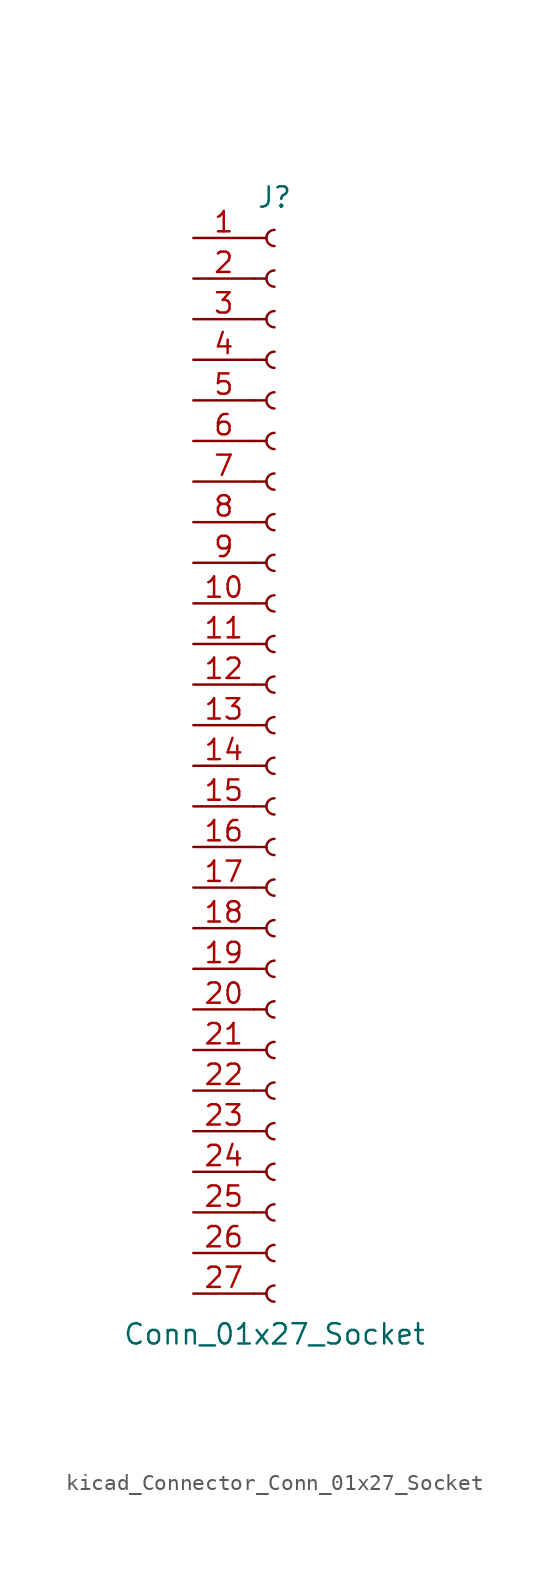
<source format=kicad_sym>
(kicad_symbol_lib
  (version 20220914)
  (generator kicad_symbol_editor)
  (symbol "kicad_Connector_Conn_01x27_Socket"
    (pin_names
      (offset 1.016) hide)
    (property "Reference" "J"
      (at 0 35.56 0)
      (effects (font (size 1.27 1.27))))
    (property "Value" "Conn_01x27_Socket"
      (at 0 -35.56 0)
      (effects (font (size 1.27 1.27))))
    (property "ki_locked" ""
      (at 0 0 0)
      (effects (font (size 1.27 1.27))))
    (symbol "kicad_Connector_Conn_01x27_Socket_1_1"
      (arc (start 0 -32.512) (mid -0.5058 -33.02) (end 0 -33.528) (stroke (width 0.1524) (type default)) (fill (type none)))
      (arc (start 0 -29.972) (mid -0.5058 -30.48) (end 0 -30.988) (stroke (width 0.1524) (type default)) (fill (type none)))
      (arc (start 0 -27.432) (mid -0.5058 -27.94) (end 0 -28.448) (stroke (width 0.1524) (type default)) (fill (type none)))
      (arc (start 0 -24.892) (mid -0.5058 -25.4) (end 0 -25.908) (stroke (width 0.1524) (type default)) (fill (type none)))
      (arc (start 0 -22.352) (mid -0.5058 -22.86) (end 0 -23.368) (stroke (width 0.1524) (type default)) (fill (type none)))
      (arc (start 0 -19.812) (mid -0.5058 -20.32) (end 0 -20.828) (stroke (width 0.1524) (type default)) (fill (type none)))
      (arc (start 0 -17.272) (mid -0.5058 -17.78) (end 0 -18.288) (stroke (width 0.1524) (type default)) (fill (type none)))
      (arc (start 0 -14.732) (mid -0.5058 -15.24) (end 0 -15.748) (stroke (width 0.1524) (type default)) (fill (type none)))
      (arc (start 0 -12.192) (mid -0.5058 -12.7) (end 0 -13.208) (stroke (width 0.1524) (type default)) (fill (type none)))
      (arc (start 0 -9.652) (mid -0.5058 -10.16) (end 0 -10.668) (stroke (width 0.1524) (type default)) (fill (type none)))
      (arc (start 0 -7.112) (mid -0.5058 -7.62) (end 0 -8.128) (stroke (width 0.1524) (type default)) (fill (type none)))
      (arc (start 0 -4.572) (mid -0.5058 -5.08) (end 0 -5.588) (stroke (width 0.1524) (type default)) (fill (type none)))
      (arc (start 0 -2.032) (mid -0.5058 -2.54) (end 0 -3.048) (stroke (width 0.1524) (type default)) (fill (type none)))
      (polyline (pts (xy -1.27 -33.02) (xy -0.508 -33.02)) (stroke (width 0.152) (type default)) (fill (type none)))
      (polyline (pts (xy -1.27 -30.48) (xy -0.508 -30.48)) (stroke (width 0.152) (type default)) (fill (type none)))
      (polyline (pts (xy -1.27 -27.94) (xy -0.508 -27.94)) (stroke (width 0.152) (type default)) (fill (type none)))
      (polyline (pts (xy -1.27 -25.4) (xy -0.508 -25.4)) (stroke (width 0.152) (type default)) (fill (type none)))
      (polyline (pts (xy -1.27 -22.86) (xy -0.508 -22.86)) (stroke (width 0.152) (type default)) (fill (type none)))
      (polyline (pts (xy -1.27 -20.32) (xy -0.508 -20.32)) (stroke (width 0.152) (type default)) (fill (type none)))
      (polyline (pts (xy -1.27 -17.78) (xy -0.508 -17.78)) (stroke (width 0.152) (type default)) (fill (type none)))
      (polyline (pts (xy -1.27 -15.24) (xy -0.508 -15.24)) (stroke (width 0.152) (type default)) (fill (type none)))
      (polyline (pts (xy -1.27 -12.7) (xy -0.508 -12.7)) (stroke (width 0.152) (type default)) (fill (type none)))
      (polyline (pts (xy -1.27 -10.16) (xy -0.508 -10.16)) (stroke (width 0.152) (type default)) (fill (type none)))
      (polyline (pts (xy -1.27 -7.62) (xy -0.508 -7.62)) (stroke (width 0.152) (type default)) (fill (type none)))
      (polyline (pts (xy -1.27 -5.08) (xy -0.508 -5.08)) (stroke (width 0.152) (type default)) (fill (type none)))
      (polyline (pts (xy -1.27 -2.54) (xy -0.508 -2.54)) (stroke (width 0.152) (type default)) (fill (type none)))
      (polyline (pts (xy -1.27 0) (xy -0.508 0)) (stroke (width 0.152) (type default)) (fill (type none)))
      (polyline (pts (xy -1.27 2.54) (xy -0.508 2.54)) (stroke (width 0.152) (type default)) (fill (type none)))
      (polyline (pts (xy -1.27 5.08) (xy -0.508 5.08)) (stroke (width 0.152) (type default)) (fill (type none)))
      (polyline (pts (xy -1.27 7.62) (xy -0.508 7.62)) (stroke (width 0.152) (type default)) (fill (type none)))
      (polyline (pts (xy -1.27 10.16) (xy -0.508 10.16)) (stroke (width 0.152) (type default)) (fill (type none)))
      (polyline (pts (xy -1.27 12.7) (xy -0.508 12.7)) (stroke (width 0.152) (type default)) (fill (type none)))
      (polyline (pts (xy -1.27 15.24) (xy -0.508 15.24)) (stroke (width 0.152) (type default)) (fill (type none)))
      (polyline (pts (xy -1.27 17.78) (xy -0.508 17.78)) (stroke (width 0.152) (type default)) (fill (type none)))
      (polyline (pts (xy -1.27 20.32) (xy -0.508 20.32)) (stroke (width 0.152) (type default)) (fill (type none)))
      (polyline (pts (xy -1.27 22.86) (xy -0.508 22.86)) (stroke (width 0.152) (type default)) (fill (type none)))
      (polyline (pts (xy -1.27 25.4) (xy -0.508 25.4)) (stroke (width 0.152) (type default)) (fill (type none)))
      (polyline (pts (xy -1.27 27.94) (xy -0.508 27.94)) (stroke (width 0.152) (type default)) (fill (type none)))
      (polyline (pts (xy -1.27 30.48) (xy -0.508 30.48)) (stroke (width 0.152) (type default)) (fill (type none)))
      (polyline (pts (xy -1.27 33.02) (xy -0.508 33.02)) (stroke (width 0.152) (type default)) (fill (type none)))
      (arc (start 0 0.508) (mid -0.5058 0) (end 0 -0.508) (stroke (width 0.1524) (type default)) (fill (type none)))
      (arc (start 0 3.048) (mid -0.5058 2.54) (end 0 2.032) (stroke (width 0.1524) (type default)) (fill (type none)))
      (arc (start 0 5.588) (mid -0.5058 5.08) (end 0 4.572) (stroke (width 0.1524) (type default)) (fill (type none)))
      (arc (start 0 8.128) (mid -0.5058 7.62) (end 0 7.112) (stroke (width 0.1524) (type default)) (fill (type none)))
      (arc (start 0 10.668) (mid -0.5058 10.16) (end 0 9.652) (stroke (width 0.1524) (type default)) (fill (type none)))
      (arc (start 0 13.208) (mid -0.5058 12.7) (end 0 12.192) (stroke (width 0.1524) (type default)) (fill (type none)))
      (arc (start 0 15.748) (mid -0.5058 15.24) (end 0 14.732) (stroke (width 0.1524) (type default)) (fill (type none)))
      (arc (start 0 18.288) (mid -0.5058 17.78) (end 0 17.272) (stroke (width 0.1524) (type default)) (fill (type none)))
      (arc (start 0 20.828) (mid -0.5058 20.32) (end 0 19.812) (stroke (width 0.1524) (type default)) (fill (type none)))
      (arc (start 0 23.368) (mid -0.5058 22.86) (end 0 22.352) (stroke (width 0.1524) (type default)) (fill (type none)))
      (arc (start 0 25.908) (mid -0.5058 25.4) (end 0 24.892) (stroke (width 0.1524) (type default)) (fill (type none)))
      (arc (start 0 28.448) (mid -0.5058 27.94) (end 0 27.432) (stroke (width 0.1524) (type default)) (fill (type none)))
      (arc (start 0 30.988) (mid -0.5058 30.48) (end 0 29.972) (stroke (width 0.1524) (type default)) (fill (type none)))
      (arc (start 0 33.528) (mid -0.5058 33.02) (end 0 32.512) (stroke (width 0.1524) (type default)) (fill (type none)))
      (pin passive line (at -5.08 33.02 0) (length 3.81) (name "Pin_1" (effects (font (size 1.27 1.27)))) (number "1" (effects (font (size 1.27 1.27)))))
      (pin passive line (at -5.08 10.16 0) (length 3.81) (name "Pin_10" (effects (font (size 1.27 1.27)))) (number "10" (effects (font (size 1.27 1.27)))))
      (pin passive line (at -5.08 7.62 0) (length 3.81) (name "Pin_11" (effects (font (size 1.27 1.27)))) (number "11" (effects (font (size 1.27 1.27)))))
      (pin passive line (at -5.08 5.08 0) (length 3.81) (name "Pin_12" (effects (font (size 1.27 1.27)))) (number "12" (effects (font (size 1.27 1.27)))))
      (pin passive line (at -5.08 2.54 0) (length 3.81) (name "Pin_13" (effects (font (size 1.27 1.27)))) (number "13" (effects (font (size 1.27 1.27)))))
      (pin passive line (at -5.08 0 0) (length 3.81) (name "Pin_14" (effects (font (size 1.27 1.27)))) (number "14" (effects (font (size 1.27 1.27)))))
      (pin passive line (at -5.08 -2.54 0) (length 3.81) (name "Pin_15" (effects (font (size 1.27 1.27)))) (number "15" (effects (font (size 1.27 1.27)))))
      (pin passive line (at -5.08 -5.08 0) (length 3.81) (name "Pin_16" (effects (font (size 1.27 1.27)))) (number "16" (effects (font (size 1.27 1.27)))))
      (pin passive line (at -5.08 -7.62 0) (length 3.81) (name "Pin_17" (effects (font (size 1.27 1.27)))) (number "17" (effects (font (size 1.27 1.27)))))
      (pin passive line (at -5.08 -10.16 0) (length 3.81) (name "Pin_18" (effects (font (size 1.27 1.27)))) (number "18" (effects (font (size 1.27 1.27)))))
      (pin passive line (at -5.08 -12.7 0) (length 3.81) (name "Pin_19" (effects (font (size 1.27 1.27)))) (number "19" (effects (font (size 1.27 1.27)))))
      (pin passive line (at -5.08 30.48 0) (length 3.81) (name "Pin_2" (effects (font (size 1.27 1.27)))) (number "2" (effects (font (size 1.27 1.27)))))
      (pin passive line (at -5.08 -15.24 0) (length 3.81) (name "Pin_20" (effects (font (size 1.27 1.27)))) (number "20" (effects (font (size 1.27 1.27)))))
      (pin passive line (at -5.08 -17.78 0) (length 3.81) (name "Pin_21" (effects (font (size 1.27 1.27)))) (number "21" (effects (font (size 1.27 1.27)))))
      (pin passive line (at -5.08 -20.32 0) (length 3.81) (name "Pin_22" (effects (font (size 1.27 1.27)))) (number "22" (effects (font (size 1.27 1.27)))))
      (pin passive line (at -5.08 -22.86 0) (length 3.81) (name "Pin_23" (effects (font (size 1.27 1.27)))) (number "23" (effects (font (size 1.27 1.27)))))
      (pin passive line (at -5.08 -25.4 0) (length 3.81) (name "Pin_24" (effects (font (size 1.27 1.27)))) (number "24" (effects (font (size 1.27 1.27)))))
      (pin passive line (at -5.08 -27.94 0) (length 3.81) (name "Pin_25" (effects (font (size 1.27 1.27)))) (number "25" (effects (font (size 1.27 1.27)))))
      (pin passive line (at -5.08 -30.48 0) (length 3.81) (name "Pin_26" (effects (font (size 1.27 1.27)))) (number "26" (effects (font (size 1.27 1.27)))))
      (pin passive line (at -5.08 -33.02 0) (length 3.81) (name "Pin_27" (effects (font (size 1.27 1.27)))) (number "27" (effects (font (size 1.27 1.27)))))
      (pin passive line (at -5.08 27.94 0) (length 3.81) (name "Pin_3" (effects (font (size 1.27 1.27)))) (number "3" (effects (font (size 1.27 1.27)))))
      (pin passive line (at -5.08 25.4 0) (length 3.81) (name "Pin_4" (effects (font (size 1.27 1.27)))) (number "4" (effects (font (size 1.27 1.27)))))
      (pin passive line (at -5.08 22.86 0) (length 3.81) (name "Pin_5" (effects (font (size 1.27 1.27)))) (number "5" (effects (font (size 1.27 1.27)))))
      (pin passive line (at -5.08 20.32 0) (length 3.81) (name "Pin_6" (effects (font (size 1.27 1.27)))) (number "6" (effects (font (size 1.27 1.27)))))
      (pin passive line (at -5.08 17.78 0) (length 3.81) (name "Pin_7" (effects (font (size 1.27 1.27)))) (number "7" (effects (font (size 1.27 1.27)))))
      (pin passive line (at -5.08 15.24 0) (length 3.81) (name "Pin_8" (effects (font (size 1.27 1.27)))) (number "8" (effects (font (size 1.27 1.27)))))
      (pin passive line (at -5.08 12.7 0) (length 3.81) (name "Pin_9" (effects (font (size 1.27 1.27)))) (number "9" (effects (font (size 1.27 1.27))))))))
</source>
